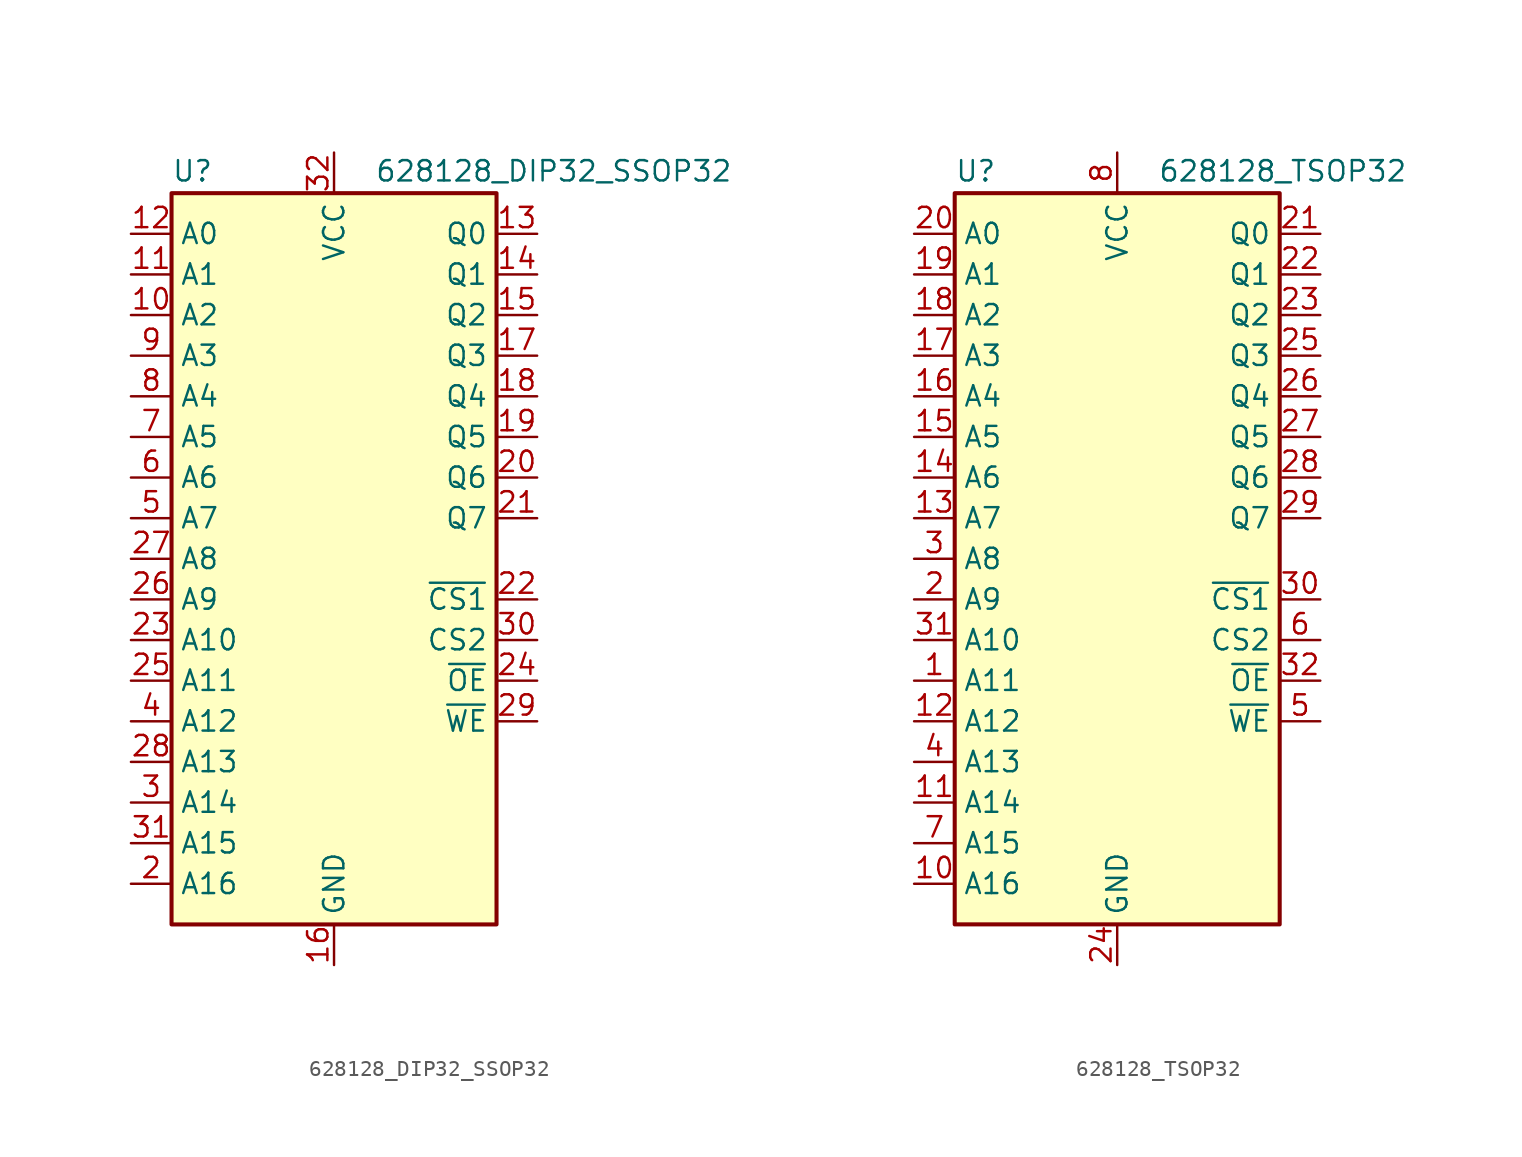
<source format=kicad_sym>
(kicad_symbol_lib
  (version 20220914)
  (generator kicad_symbol_editor)
  (symbol "628128_DIP32_SSOP32"
    (property "Reference" "U"
      (at -10.16 23.495 0)
      (effects (font (size 1.27 1.27)) (justify left bottom)))
    (property "Value" "628128_DIP32_SSOP32"
      (at 2.54 23.495 0)
      (effects (font (size 1.27 1.27)) (justify left bottom)))
    (symbol "628128_DIP32_SSOP32_0_0"
      (pin power_in line (at 0 -25.4 90) (length 2.54) (name "GND" (effects (font (size 1.27 1.27)))) (number "16" (effects (font (size 1.27 1.27)))))
      (pin power_in line (at 0 25.4 270) (length 2.54) (name "VCC" (effects (font (size 1.27 1.27)))) (number "32" (effects (font (size 1.27 1.27))))))
    (symbol "628128_DIP32_SSOP32_0_1"
      (rectangle (start -10.16 22.86) (end 10.16 -22.86) (stroke (width 0.254) (type default)) (fill (type background))))
    (symbol "628128_DIP32_SSOP32_1_1"
      (pin no_connect line (at 10.16 -20.32 180) (length 2.54) hide (name "NC" (effects (font (size 1.27 1.27)))) (number "1" (effects (font (size 1.27 1.27)))))
      (pin input line (at -12.7 15.24 0) (length 2.54) (name "A2" (effects (font (size 1.27 1.27)))) (number "10" (effects (font (size 1.27 1.27)))))
      (pin input line (at -12.7 17.78 0) (length 2.54) (name "A1" (effects (font (size 1.27 1.27)))) (number "11" (effects (font (size 1.27 1.27)))))
      (pin input line (at -12.7 20.32 0) (length 2.54) (name "A0" (effects (font (size 1.27 1.27)))) (number "12" (effects (font (size 1.27 1.27)))))
      (pin tri_state line (at 12.7 20.32 180) (length 2.54) (name "Q0" (effects (font (size 1.27 1.27)))) (number "13" (effects (font (size 1.27 1.27)))))
      (pin tri_state line (at 12.7 17.78 180) (length 2.54) (name "Q1" (effects (font (size 1.27 1.27)))) (number "14" (effects (font (size 1.27 1.27)))))
      (pin tri_state line (at 12.7 15.24 180) (length 2.54) (name "Q2" (effects (font (size 1.27 1.27)))) (number "15" (effects (font (size 1.27 1.27)))))
      (pin tri_state line (at 12.7 12.7 180) (length 2.54) (name "Q3" (effects (font (size 1.27 1.27)))) (number "17" (effects (font (size 1.27 1.27)))))
      (pin tri_state line (at 12.7 10.16 180) (length 2.54) (name "Q4" (effects (font (size 1.27 1.27)))) (number "18" (effects (font (size 1.27 1.27)))))
      (pin tri_state line (at 12.7 7.62 180) (length 2.54) (name "Q5" (effects (font (size 1.27 1.27)))) (number "19" (effects (font (size 1.27 1.27)))))
      (pin input line (at -12.7 -20.32 0) (length 2.54) (name "A16" (effects (font (size 1.27 1.27)))) (number "2" (effects (font (size 1.27 1.27)))))
      (pin tri_state line (at 12.7 5.08 180) (length 2.54) (name "Q6" (effects (font (size 1.27 1.27)))) (number "20" (effects (font (size 1.27 1.27)))))
      (pin tri_state line (at 12.7 2.54 180) (length 2.54) (name "Q7" (effects (font (size 1.27 1.27)))) (number "21" (effects (font (size 1.27 1.27)))))
      (pin input line (at 12.7 -2.54 180) (length 2.54) (name "~{CS1}" (effects (font (size 1.27 1.27)))) (number "22" (effects (font (size 1.27 1.27)))))
      (pin input line (at -12.7 -5.08 0) (length 2.54) (name "A10" (effects (font (size 1.27 1.27)))) (number "23" (effects (font (size 1.27 1.27)))))
      (pin input line (at 12.7 -7.62 180) (length 2.54) (name "~{OE}" (effects (font (size 1.27 1.27)))) (number "24" (effects (font (size 1.27 1.27)))))
      (pin input line (at -12.7 -7.62 0) (length 2.54) (name "A11" (effects (font (size 1.27 1.27)))) (number "25" (effects (font (size 1.27 1.27)))))
      (pin input line (at -12.7 -2.54 0) (length 2.54) (name "A9" (effects (font (size 1.27 1.27)))) (number "26" (effects (font (size 1.27 1.27)))))
      (pin input line (at -12.7 0 0) (length 2.54) (name "A8" (effects (font (size 1.27 1.27)))) (number "27" (effects (font (size 1.27 1.27)))))
      (pin input line (at -12.7 -12.7 0) (length 2.54) (name "A13" (effects (font (size 1.27 1.27)))) (number "28" (effects (font (size 1.27 1.27)))))
      (pin input line (at 12.7 -10.16 180) (length 2.54) (name "~{WE}" (effects (font (size 1.27 1.27)))) (number "29" (effects (font (size 1.27 1.27)))))
      (pin input line (at -12.7 -15.24 0) (length 2.54) (name "A14" (effects (font (size 1.27 1.27)))) (number "3" (effects (font (size 1.27 1.27)))))
      (pin input line (at 12.7 -5.08 180) (length 2.54) (name "CS2" (effects (font (size 1.27 1.27)))) (number "30" (effects (font (size 1.27 1.27)))))
      (pin input line (at -12.7 -17.78 0) (length 2.54) (name "A15" (effects (font (size 1.27 1.27)))) (number "31" (effects (font (size 1.27 1.27)))))
      (pin input line (at -12.7 -10.16 0) (length 2.54) (name "A12" (effects (font (size 1.27 1.27)))) (number "4" (effects (font (size 1.27 1.27)))))
      (pin input line (at -12.7 2.54 0) (length 2.54) (name "A7" (effects (font (size 1.27 1.27)))) (number "5" (effects (font (size 1.27 1.27)))))
      (pin input line (at -12.7 5.08 0) (length 2.54) (name "A6" (effects (font (size 1.27 1.27)))) (number "6" (effects (font (size 1.27 1.27)))))
      (pin input line (at -12.7 7.62 0) (length 2.54) (name "A5" (effects (font (size 1.27 1.27)))) (number "7" (effects (font (size 1.27 1.27)))))
      (pin input line (at -12.7 10.16 0) (length 2.54) (name "A4" (effects (font (size 1.27 1.27)))) (number "8" (effects (font (size 1.27 1.27)))))
      (pin input line (at -12.7 12.7 0) (length 2.54) (name "A3" (effects (font (size 1.27 1.27)))) (number "9" (effects (font (size 1.27 1.27)))))))
  (symbol "628128_TSOP32"
    (property "Reference" "U"
      (at -10.16 23.495 0)
      (effects (font (size 1.27 1.27)) (justify left bottom)))
    (property "Value" "628128_TSOP32"
      (at 2.54 23.495 0)
      (effects (font (size 1.27 1.27)) (justify left bottom)))
    (symbol "628128_TSOP32_0_0"
      (pin power_in line (at 0 -25.4 90) (length 2.54) (name "GND" (effects (font (size 1.27 1.27)))) (number "24" (effects (font (size 1.27 1.27)))))
      (pin power_in line (at 0 25.4 270) (length 2.54) (name "VCC" (effects (font (size 1.27 1.27)))) (number "8" (effects (font (size 1.27 1.27))))))
    (symbol "628128_TSOP32_0_1"
      (rectangle (start -10.16 22.86) (end 10.16 -22.86) (stroke (width 0.254) (type default)) (fill (type background))))
    (symbol "628128_TSOP32_1_1"
      (pin input line (at -12.7 -7.62 0) (length 2.54) (name "A11" (effects (font (size 1.27 1.27)))) (number "1" (effects (font (size 1.27 1.27)))))
      (pin input line (at -12.7 -20.32 0) (length 2.54) (name "A16" (effects (font (size 1.27 1.27)))) (number "10" (effects (font (size 1.27 1.27)))))
      (pin input line (at -12.7 -15.24 0) (length 2.54) (name "A14" (effects (font (size 1.27 1.27)))) (number "11" (effects (font (size 1.27 1.27)))))
      (pin input line (at -12.7 -10.16 0) (length 2.54) (name "A12" (effects (font (size 1.27 1.27)))) (number "12" (effects (font (size 1.27 1.27)))))
      (pin input line (at -12.7 2.54 0) (length 2.54) (name "A7" (effects (font (size 1.27 1.27)))) (number "13" (effects (font (size 1.27 1.27)))))
      (pin input line (at -12.7 5.08 0) (length 2.54) (name "A6" (effects (font (size 1.27 1.27)))) (number "14" (effects (font (size 1.27 1.27)))))
      (pin input line (at -12.7 7.62 0) (length 2.54) (name "A5" (effects (font (size 1.27 1.27)))) (number "15" (effects (font (size 1.27 1.27)))))
      (pin input line (at -12.7 10.16 0) (length 2.54) (name "A4" (effects (font (size 1.27 1.27)))) (number "16" (effects (font (size 1.27 1.27)))))
      (pin input line (at -12.7 12.7 0) (length 2.54) (name "A3" (effects (font (size 1.27 1.27)))) (number "17" (effects (font (size 1.27 1.27)))))
      (pin input line (at -12.7 15.24 0) (length 2.54) (name "A2" (effects (font (size 1.27 1.27)))) (number "18" (effects (font (size 1.27 1.27)))))
      (pin input line (at -12.7 17.78 0) (length 2.54) (name "A1" (effects (font (size 1.27 1.27)))) (number "19" (effects (font (size 1.27 1.27)))))
      (pin input line (at -12.7 -2.54 0) (length 2.54) (name "A9" (effects (font (size 1.27 1.27)))) (number "2" (effects (font (size 1.27 1.27)))))
      (pin input line (at -12.7 20.32 0) (length 2.54) (name "A0" (effects (font (size 1.27 1.27)))) (number "20" (effects (font (size 1.27 1.27)))))
      (pin tri_state line (at 12.7 20.32 180) (length 2.54) (name "Q0" (effects (font (size 1.27 1.27)))) (number "21" (effects (font (size 1.27 1.27)))))
      (pin tri_state line (at 12.7 17.78 180) (length 2.54) (name "Q1" (effects (font (size 1.27 1.27)))) (number "22" (effects (font (size 1.27 1.27)))))
      (pin tri_state line (at 12.7 15.24 180) (length 2.54) (name "Q2" (effects (font (size 1.27 1.27)))) (number "23" (effects (font (size 1.27 1.27)))))
      (pin tri_state line (at 12.7 12.7 180) (length 2.54) (name "Q3" (effects (font (size 1.27 1.27)))) (number "25" (effects (font (size 1.27 1.27)))))
      (pin tri_state line (at 12.7 10.16 180) (length 2.54) (name "Q4" (effects (font (size 1.27 1.27)))) (number "26" (effects (font (size 1.27 1.27)))))
      (pin tri_state line (at 12.7 7.62 180) (length 2.54) (name "Q5" (effects (font (size 1.27 1.27)))) (number "27" (effects (font (size 1.27 1.27)))))
      (pin tri_state line (at 12.7 5.08 180) (length 2.54) (name "Q6" (effects (font (size 1.27 1.27)))) (number "28" (effects (font (size 1.27 1.27)))))
      (pin tri_state line (at 12.7 2.54 180) (length 2.54) (name "Q7" (effects (font (size 1.27 1.27)))) (number "29" (effects (font (size 1.27 1.27)))))
      (pin input line (at -12.7 0 0) (length 2.54) (name "A8" (effects (font (size 1.27 1.27)))) (number "3" (effects (font (size 1.27 1.27)))))
      (pin input line (at 12.7 -2.54 180) (length 2.54) (name "~{CS1}" (effects (font (size 1.27 1.27)))) (number "30" (effects (font (size 1.27 1.27)))))
      (pin input line (at -12.7 -5.08 0) (length 2.54) (name "A10" (effects (font (size 1.27 1.27)))) (number "31" (effects (font (size 1.27 1.27)))))
      (pin input line (at 12.7 -7.62 180) (length 2.54) (name "~{OE}" (effects (font (size 1.27 1.27)))) (number "32" (effects (font (size 1.27 1.27)))))
      (pin input line (at -12.7 -12.7 0) (length 2.54) (name "A13" (effects (font (size 1.27 1.27)))) (number "4" (effects (font (size 1.27 1.27)))))
      (pin input line (at 12.7 -10.16 180) (length 2.54) (name "~{WE}" (effects (font (size 1.27 1.27)))) (number "5" (effects (font (size 1.27 1.27)))))
      (pin input line (at 12.7 -5.08 180) (length 2.54) (name "CS2" (effects (font (size 1.27 1.27)))) (number "6" (effects (font (size 1.27 1.27)))))
      (pin input line (at -12.7 -17.78 0) (length 2.54) (name "A15" (effects (font (size 1.27 1.27)))) (number "7" (effects (font (size 1.27 1.27)))))
      (pin no_connect line (at 10.16 -20.32 180) (length 2.54) hide (name "NC" (effects (font (size 1.27 1.27)))) (number "9" (effects (font (size 1.27 1.27))))))))
</source>
